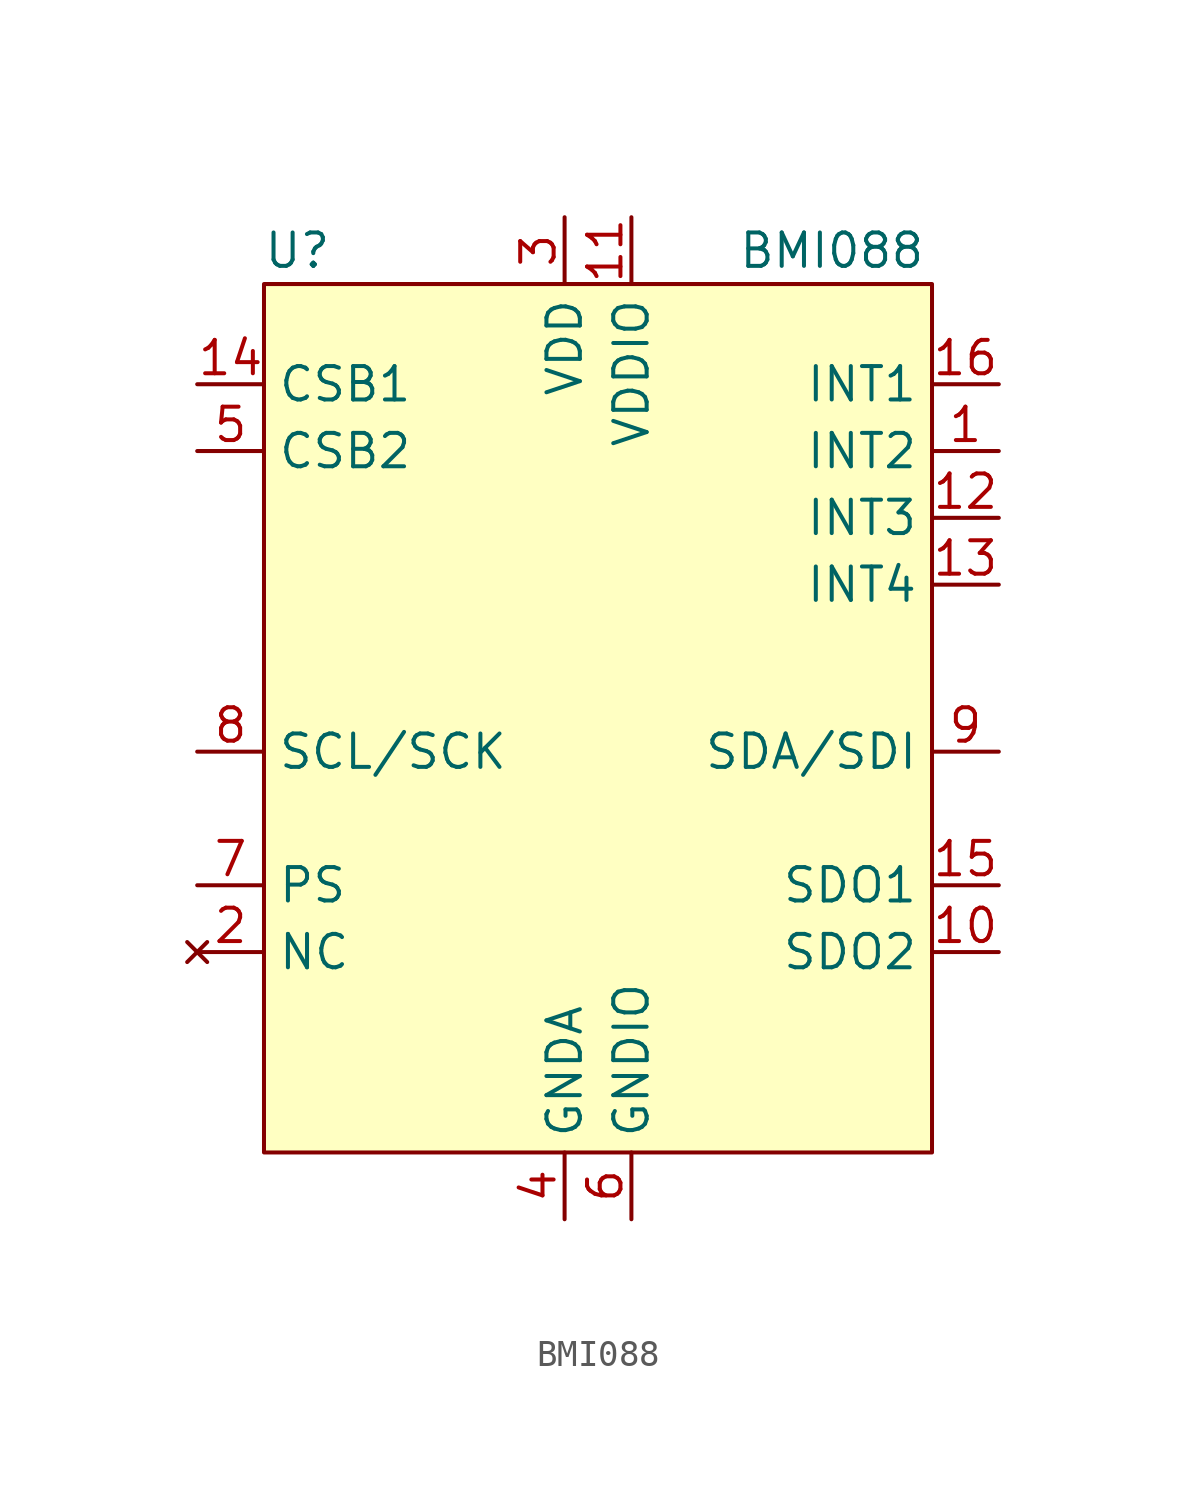
<source format=kicad_sym>
(kicad_symbol_lib
  (version 20220914)
  (generator kicad_symbol_editor)
  (symbol "BMI088"
    (property "Reference" "U"
      (at -11.43 17.78 0)
      (effects (font (size 1.27 1.27))))
    (property "Value" "BMI088"
      (at 8.89 17.78 0)
      (effects (font (size 1.27 1.27))))
    (symbol "BMI088_1_1"
      (rectangle (start -12.7 16.51) (end 12.7 -16.51) (stroke (width 0) (type default)) (fill (type background)))
      (pin bidirectional line (at 15.24 10.16 180) (length 2.54) (name "INT2" (effects (font (size 1.27 1.27)))) (number "1" (effects (font (size 1.27 1.27)))))
      (pin output line (at 15.24 -8.89 180) (length 2.54) (name "SDO2" (effects (font (size 1.27 1.27)))) (number "10" (effects (font (size 1.27 1.27)))))
      (pin power_in line (at 1.27 19.05 270) (length 2.54) (name "VDDIO" (effects (font (size 1.27 1.27)))) (number "11" (effects (font (size 1.27 1.27)))))
      (pin bidirectional line (at 15.24 7.62 180) (length 2.54) (name "INT3" (effects (font (size 1.27 1.27)))) (number "12" (effects (font (size 1.27 1.27)))))
      (pin bidirectional line (at 15.24 5.08 180) (length 2.54) (name "INT4" (effects (font (size 1.27 1.27)))) (number "13" (effects (font (size 1.27 1.27)))))
      (pin input line (at -15.24 12.7 0) (length 2.54) (name "CSB1" (effects (font (size 1.27 1.27)))) (number "14" (effects (font (size 1.27 1.27)))))
      (pin output line (at 15.24 -6.35 180) (length 2.54) (name "SDO1" (effects (font (size 1.27 1.27)))) (number "15" (effects (font (size 1.27 1.27)))))
      (pin bidirectional line (at 15.24 12.7 180) (length 2.54) (name "INT1" (effects (font (size 1.27 1.27)))) (number "16" (effects (font (size 1.27 1.27)))))
      (pin no_connect line (at -15.24 -8.89 0) (length 2.54) (name "NC" (effects (font (size 1.27 1.27)))) (number "2" (effects (font (size 1.27 1.27)))))
      (pin power_in line (at -1.27 19.05 270) (length 2.54) (name "VDD" (effects (font (size 1.27 1.27)))) (number "3" (effects (font (size 1.27 1.27)))))
      (pin power_in line (at -1.27 -19.05 90) (length 2.54) (name "GNDA" (effects (font (size 1.27 1.27)))) (number "4" (effects (font (size 1.27 1.27)))))
      (pin input line (at -15.24 10.16 0) (length 2.54) (name "CSB2" (effects (font (size 1.27 1.27)))) (number "5" (effects (font (size 1.27 1.27)))))
      (pin power_in line (at 1.27 -19.05 90) (length 2.54) (name "GNDIO" (effects (font (size 1.27 1.27)))) (number "6" (effects (font (size 1.27 1.27)))))
      (pin input line (at -15.24 -6.35 0) (length 2.54) (name "PS" (effects (font (size 1.27 1.27)))) (number "7" (effects (font (size 1.27 1.27)))))
      (pin input line (at -15.24 -1.27 0) (length 2.54) (name "SCL/SCK" (effects (font (size 1.27 1.27)))) (number "8" (effects (font (size 1.27 1.27)))))
      (pin bidirectional line (at 15.24 -1.27 180) (length 2.54) (name "SDA/SDI" (effects (font (size 1.27 1.27)))) (number "9" (effects (font (size 1.27 1.27))))))))
</source>
